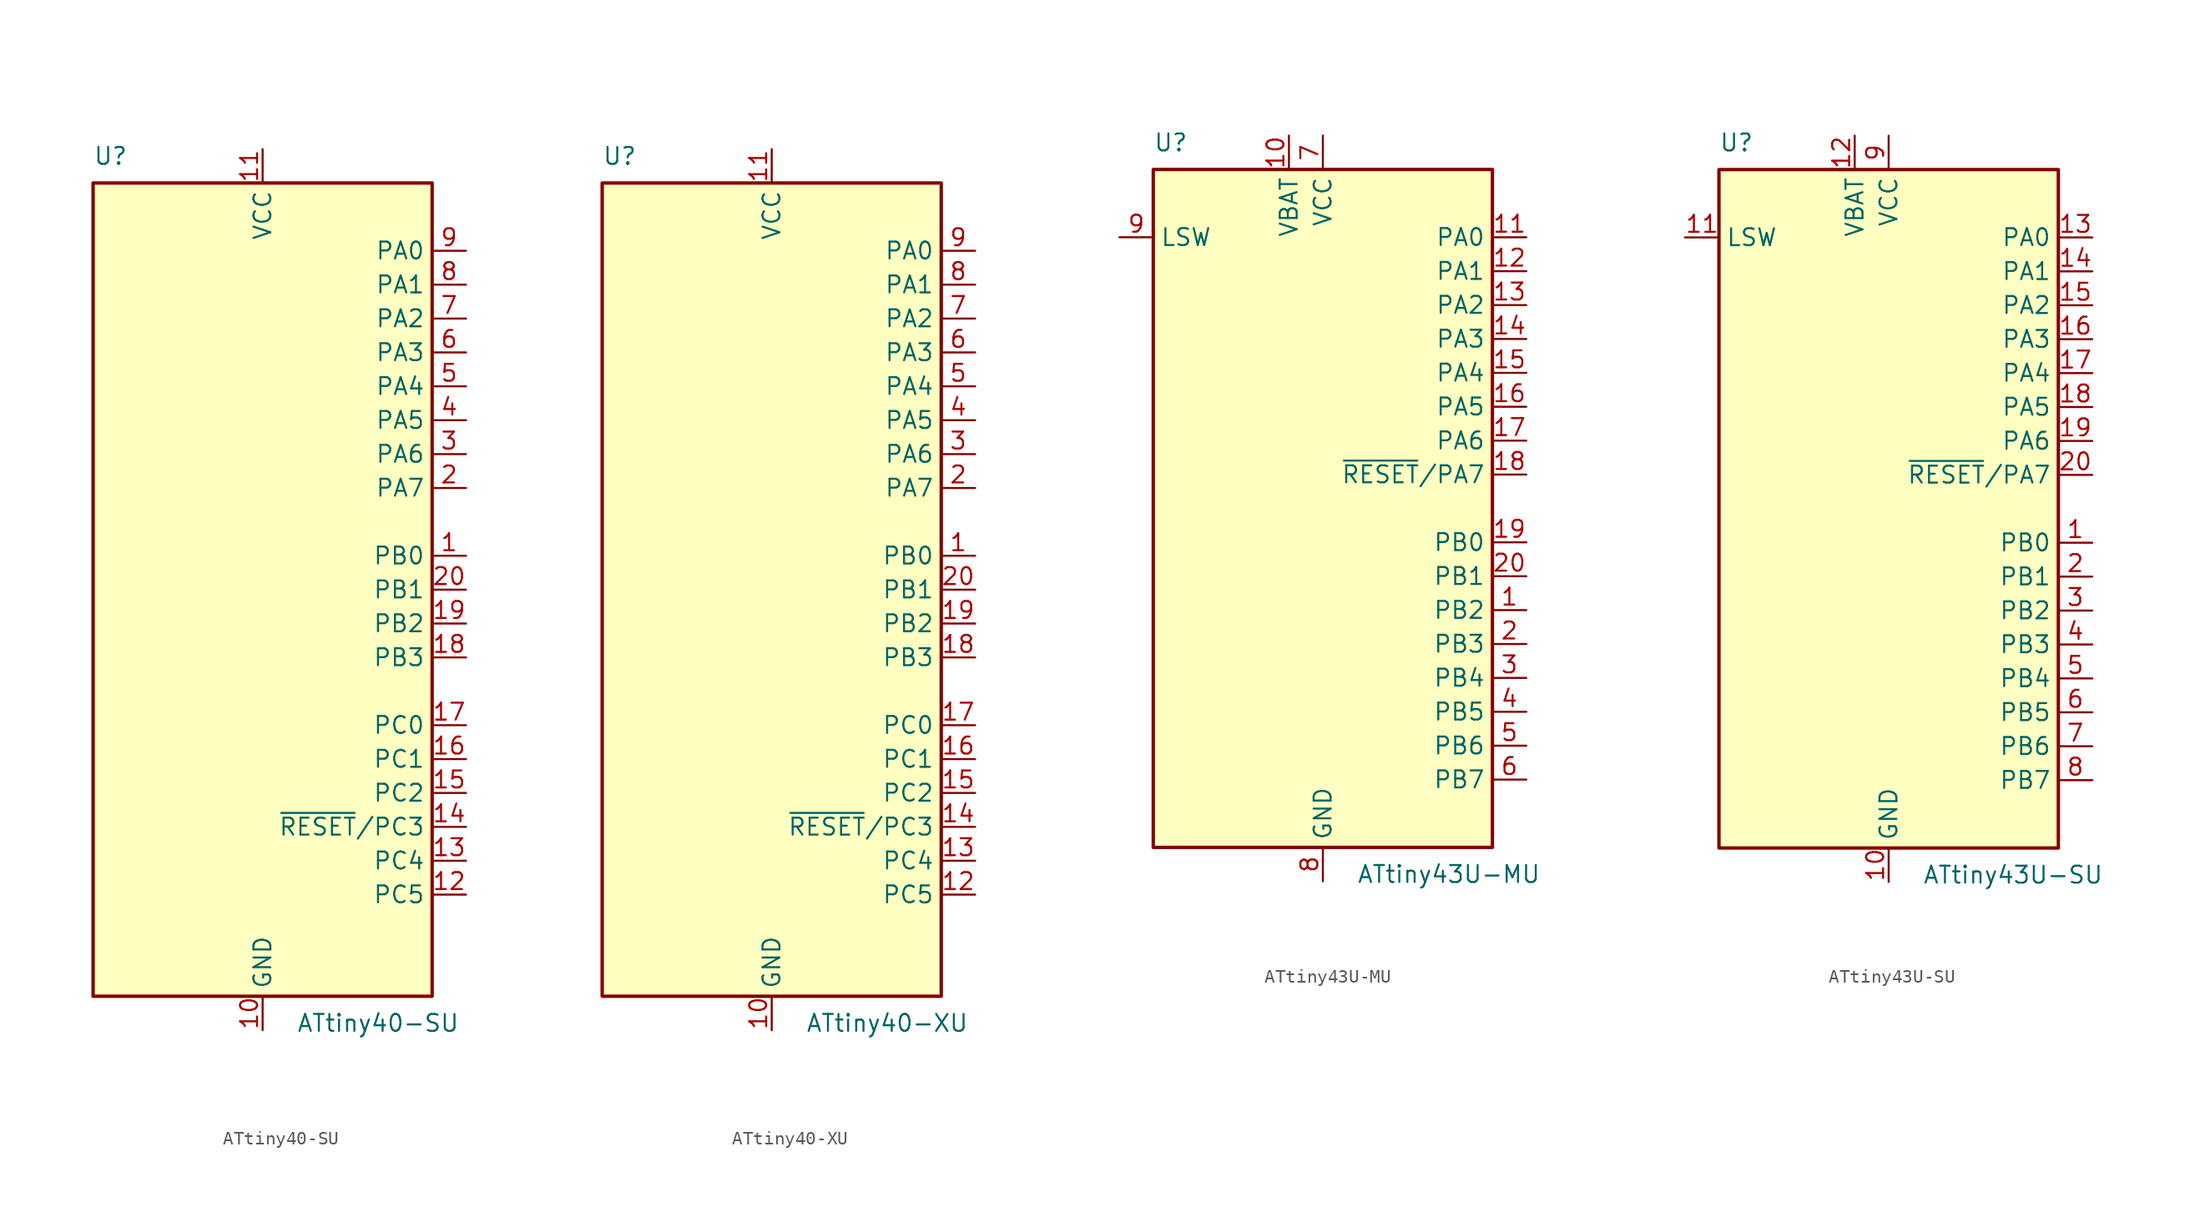
<source format=kicad_sym>
(kicad_symbol_lib
  (version 20211014)
  (generator kicad_symbol_editor)
  (symbol "ATtiny40-SU"
    (property "Reference" "U"
      (at -12.7 31.75 0)
      (effects (font (size 1.27 1.27)) (justify left bottom)))
    (property "Value" "ATtiny40-SU"
      (at 2.54 -31.75 0)
      (effects (font (size 1.27 1.27)) (justify left top)))
    (symbol "ATtiny40-SU_0_1"
      (rectangle (start -12.7 -30.48) (end 12.7 30.48) (stroke (width 0.254) (type default) (color 0 0 0 0)) (fill (type background))))
    (symbol "ATtiny40-SU_1_1"
      (pin bidirectional line (at 15.24 2.54 180) (length 2.54) (name "PB0" (effects (font (size 1.27 1.27)))) (number "1" (effects (font (size 1.27 1.27)))))
      (pin power_in line (at 0 -33.02 90) (length 2.54) (name "GND" (effects (font (size 1.27 1.27)))) (number "10" (effects (font (size 1.27 1.27)))))
      (pin power_in line (at 0 33.02 270) (length 2.54) (name "VCC" (effects (font (size 1.27 1.27)))) (number "11" (effects (font (size 1.27 1.27)))))
      (pin bidirectional line (at 15.24 -22.86 180) (length 2.54) (name "PC5" (effects (font (size 1.27 1.27)))) (number "12" (effects (font (size 1.27 1.27)))))
      (pin bidirectional line (at 15.24 -20.32 180) (length 2.54) (name "PC4" (effects (font (size 1.27 1.27)))) (number "13" (effects (font (size 1.27 1.27)))))
      (pin bidirectional line (at 15.24 -17.78 180) (length 2.54) (name "~{RESET}/PC3" (effects (font (size 1.27 1.27)))) (number "14" (effects (font (size 1.27 1.27)))))
      (pin bidirectional line (at 15.24 -15.24 180) (length 2.54) (name "PC2" (effects (font (size 1.27 1.27)))) (number "15" (effects (font (size 1.27 1.27)))))
      (pin bidirectional line (at 15.24 -12.7 180) (length 2.54) (name "PC1" (effects (font (size 1.27 1.27)))) (number "16" (effects (font (size 1.27 1.27)))))
      (pin bidirectional line (at 15.24 -10.16 180) (length 2.54) (name "PC0" (effects (font (size 1.27 1.27)))) (number "17" (effects (font (size 1.27 1.27)))))
      (pin bidirectional line (at 15.24 -5.08 180) (length 2.54) (name "PB3" (effects (font (size 1.27 1.27)))) (number "18" (effects (font (size 1.27 1.27)))))
      (pin bidirectional line (at 15.24 -2.54 180) (length 2.54) (name "PB2" (effects (font (size 1.27 1.27)))) (number "19" (effects (font (size 1.27 1.27)))))
      (pin bidirectional line (at 15.24 7.62 180) (length 2.54) (name "PA7" (effects (font (size 1.27 1.27)))) (number "2" (effects (font (size 1.27 1.27)))))
      (pin bidirectional line (at 15.24 0 180) (length 2.54) (name "PB1" (effects (font (size 1.27 1.27)))) (number "20" (effects (font (size 1.27 1.27)))))
      (pin bidirectional line (at 15.24 10.16 180) (length 2.54) (name "PA6" (effects (font (size 1.27 1.27)))) (number "3" (effects (font (size 1.27 1.27)))))
      (pin bidirectional line (at 15.24 12.7 180) (length 2.54) (name "PA5" (effects (font (size 1.27 1.27)))) (number "4" (effects (font (size 1.27 1.27)))))
      (pin bidirectional line (at 15.24 15.24 180) (length 2.54) (name "PA4" (effects (font (size 1.27 1.27)))) (number "5" (effects (font (size 1.27 1.27)))))
      (pin bidirectional line (at 15.24 17.78 180) (length 2.54) (name "PA3" (effects (font (size 1.27 1.27)))) (number "6" (effects (font (size 1.27 1.27)))))
      (pin bidirectional line (at 15.24 20.32 180) (length 2.54) (name "PA2" (effects (font (size 1.27 1.27)))) (number "7" (effects (font (size 1.27 1.27)))))
      (pin bidirectional line (at 15.24 22.86 180) (length 2.54) (name "PA1" (effects (font (size 1.27 1.27)))) (number "8" (effects (font (size 1.27 1.27)))))
      (pin bidirectional line (at 15.24 25.4 180) (length 2.54) (name "PA0" (effects (font (size 1.27 1.27)))) (number "9" (effects (font (size 1.27 1.27)))))))
  (symbol "ATtiny40-XU"
    (property "Reference" "U"
      (at -12.7 31.75 0)
      (effects (font (size 1.27 1.27)) (justify left bottom)))
    (property "Value" "ATtiny40-XU"
      (at 2.54 -31.75 0)
      (effects (font (size 1.27 1.27)) (justify left top)))
    (symbol "ATtiny40-XU_0_1"
      (rectangle (start -12.7 -30.48) (end 12.7 30.48) (stroke (width 0.254) (type default) (color 0 0 0 0)) (fill (type background))))
    (symbol "ATtiny40-XU_1_1"
      (pin bidirectional line (at 15.24 2.54 180) (length 2.54) (name "PB0" (effects (font (size 1.27 1.27)))) (number "1" (effects (font (size 1.27 1.27)))))
      (pin power_in line (at 0 -33.02 90) (length 2.54) (name "GND" (effects (font (size 1.27 1.27)))) (number "10" (effects (font (size 1.27 1.27)))))
      (pin power_in line (at 0 33.02 270) (length 2.54) (name "VCC" (effects (font (size 1.27 1.27)))) (number "11" (effects (font (size 1.27 1.27)))))
      (pin bidirectional line (at 15.24 -22.86 180) (length 2.54) (name "PC5" (effects (font (size 1.27 1.27)))) (number "12" (effects (font (size 1.27 1.27)))))
      (pin bidirectional line (at 15.24 -20.32 180) (length 2.54) (name "PC4" (effects (font (size 1.27 1.27)))) (number "13" (effects (font (size 1.27 1.27)))))
      (pin bidirectional line (at 15.24 -17.78 180) (length 2.54) (name "~{RESET}/PC3" (effects (font (size 1.27 1.27)))) (number "14" (effects (font (size 1.27 1.27)))))
      (pin bidirectional line (at 15.24 -15.24 180) (length 2.54) (name "PC2" (effects (font (size 1.27 1.27)))) (number "15" (effects (font (size 1.27 1.27)))))
      (pin bidirectional line (at 15.24 -12.7 180) (length 2.54) (name "PC1" (effects (font (size 1.27 1.27)))) (number "16" (effects (font (size 1.27 1.27)))))
      (pin bidirectional line (at 15.24 -10.16 180) (length 2.54) (name "PC0" (effects (font (size 1.27 1.27)))) (number "17" (effects (font (size 1.27 1.27)))))
      (pin bidirectional line (at 15.24 -5.08 180) (length 2.54) (name "PB3" (effects (font (size 1.27 1.27)))) (number "18" (effects (font (size 1.27 1.27)))))
      (pin bidirectional line (at 15.24 -2.54 180) (length 2.54) (name "PB2" (effects (font (size 1.27 1.27)))) (number "19" (effects (font (size 1.27 1.27)))))
      (pin bidirectional line (at 15.24 7.62 180) (length 2.54) (name "PA7" (effects (font (size 1.27 1.27)))) (number "2" (effects (font (size 1.27 1.27)))))
      (pin bidirectional line (at 15.24 0 180) (length 2.54) (name "PB1" (effects (font (size 1.27 1.27)))) (number "20" (effects (font (size 1.27 1.27)))))
      (pin bidirectional line (at 15.24 10.16 180) (length 2.54) (name "PA6" (effects (font (size 1.27 1.27)))) (number "3" (effects (font (size 1.27 1.27)))))
      (pin bidirectional line (at 15.24 12.7 180) (length 2.54) (name "PA5" (effects (font (size 1.27 1.27)))) (number "4" (effects (font (size 1.27 1.27)))))
      (pin bidirectional line (at 15.24 15.24 180) (length 2.54) (name "PA4" (effects (font (size 1.27 1.27)))) (number "5" (effects (font (size 1.27 1.27)))))
      (pin bidirectional line (at 15.24 17.78 180) (length 2.54) (name "PA3" (effects (font (size 1.27 1.27)))) (number "6" (effects (font (size 1.27 1.27)))))
      (pin bidirectional line (at 15.24 20.32 180) (length 2.54) (name "PA2" (effects (font (size 1.27 1.27)))) (number "7" (effects (font (size 1.27 1.27)))))
      (pin bidirectional line (at 15.24 22.86 180) (length 2.54) (name "PA1" (effects (font (size 1.27 1.27)))) (number "8" (effects (font (size 1.27 1.27)))))
      (pin bidirectional line (at 15.24 25.4 180) (length 2.54) (name "PA0" (effects (font (size 1.27 1.27)))) (number "9" (effects (font (size 1.27 1.27)))))))
  (symbol "ATtiny43U-MU"
    (property "Reference" "U"
      (at -12.7 26.67 0)
      (effects (font (size 1.27 1.27)) (justify left bottom)))
    (property "Value" "ATtiny43U-MU"
      (at 2.54 -26.67 0)
      (effects (font (size 1.27 1.27)) (justify left top)))
    (symbol "ATtiny43U-MU_0_1"
      (rectangle (start -12.7 -25.4) (end 12.7 25.4) (stroke (width 0.254) (type default) (color 0 0 0 0)) (fill (type background))))
    (symbol "ATtiny43U-MU_1_1"
      (pin bidirectional line (at 15.24 -7.62 180) (length 2.54) (name "PB2" (effects (font (size 1.27 1.27)))) (number "1" (effects (font (size 1.27 1.27)))))
      (pin power_in line (at -2.54 27.94 270) (length 2.54) (name "VBAT" (effects (font (size 1.27 1.27)))) (number "10" (effects (font (size 1.27 1.27)))))
      (pin bidirectional line (at 15.24 20.32 180) (length 2.54) (name "PA0" (effects (font (size 1.27 1.27)))) (number "11" (effects (font (size 1.27 1.27)))))
      (pin bidirectional line (at 15.24 17.78 180) (length 2.54) (name "PA1" (effects (font (size 1.27 1.27)))) (number "12" (effects (font (size 1.27 1.27)))))
      (pin bidirectional line (at 15.24 15.24 180) (length 2.54) (name "PA2" (effects (font (size 1.27 1.27)))) (number "13" (effects (font (size 1.27 1.27)))))
      (pin bidirectional line (at 15.24 12.7 180) (length 2.54) (name "PA3" (effects (font (size 1.27 1.27)))) (number "14" (effects (font (size 1.27 1.27)))))
      (pin bidirectional line (at 15.24 10.16 180) (length 2.54) (name "PA4" (effects (font (size 1.27 1.27)))) (number "15" (effects (font (size 1.27 1.27)))))
      (pin bidirectional line (at 15.24 7.62 180) (length 2.54) (name "PA5" (effects (font (size 1.27 1.27)))) (number "16" (effects (font (size 1.27 1.27)))))
      (pin bidirectional line (at 15.24 5.08 180) (length 2.54) (name "PA6" (effects (font (size 1.27 1.27)))) (number "17" (effects (font (size 1.27 1.27)))))
      (pin bidirectional line (at 15.24 2.54 180) (length 2.54) (name "~{RESET}/PA7" (effects (font (size 1.27 1.27)))) (number "18" (effects (font (size 1.27 1.27)))))
      (pin bidirectional line (at 15.24 -2.54 180) (length 2.54) (name "PB0" (effects (font (size 1.27 1.27)))) (number "19" (effects (font (size 1.27 1.27)))))
      (pin bidirectional line (at 15.24 -10.16 180) (length 2.54) (name "PB3" (effects (font (size 1.27 1.27)))) (number "2" (effects (font (size 1.27 1.27)))))
      (pin bidirectional line (at 15.24 -5.08 180) (length 2.54) (name "PB1" (effects (font (size 1.27 1.27)))) (number "20" (effects (font (size 1.27 1.27)))))
      (pin passive line (at 0 -27.94 90) (length 2.54) hide (name "GND" (effects (font (size 1.27 1.27)))) (number "21" (effects (font (size 1.27 1.27)))))
      (pin bidirectional line (at 15.24 -12.7 180) (length 2.54) (name "PB4" (effects (font (size 1.27 1.27)))) (number "3" (effects (font (size 1.27 1.27)))))
      (pin bidirectional line (at 15.24 -15.24 180) (length 2.54) (name "PB5" (effects (font (size 1.27 1.27)))) (number "4" (effects (font (size 1.27 1.27)))))
      (pin bidirectional line (at 15.24 -17.78 180) (length 2.54) (name "PB6" (effects (font (size 1.27 1.27)))) (number "5" (effects (font (size 1.27 1.27)))))
      (pin bidirectional line (at 15.24 -20.32 180) (length 2.54) (name "PB7" (effects (font (size 1.27 1.27)))) (number "6" (effects (font (size 1.27 1.27)))))
      (pin power_in line (at 0 27.94 270) (length 2.54) (name "VCC" (effects (font (size 1.27 1.27)))) (number "7" (effects (font (size 1.27 1.27)))))
      (pin power_in line (at 0 -27.94 90) (length 2.54) (name "GND" (effects (font (size 1.27 1.27)))) (number "8" (effects (font (size 1.27 1.27)))))
      (pin passive line (at -15.24 20.32 0) (length 2.54) (name "LSW" (effects (font (size 1.27 1.27)))) (number "9" (effects (font (size 1.27 1.27)))))))
  (symbol "ATtiny43U-SU"
    (property "Reference" "U"
      (at -12.7 26.67 0)
      (effects (font (size 1.27 1.27)) (justify left bottom)))
    (property "Value" "ATtiny43U-SU"
      (at 2.54 -26.67 0)
      (effects (font (size 1.27 1.27)) (justify left top)))
    (symbol "ATtiny43U-SU_0_1"
      (rectangle (start -12.7 -25.4) (end 12.7 25.4) (stroke (width 0.254) (type default) (color 0 0 0 0)) (fill (type background))))
    (symbol "ATtiny43U-SU_1_1"
      (pin bidirectional line (at 15.24 -2.54 180) (length 2.54) (name "PB0" (effects (font (size 1.27 1.27)))) (number "1" (effects (font (size 1.27 1.27)))))
      (pin power_in line (at 0 -27.94 90) (length 2.54) (name "GND" (effects (font (size 1.27 1.27)))) (number "10" (effects (font (size 1.27 1.27)))))
      (pin passive line (at -15.24 20.32 0) (length 2.54) (name "LSW" (effects (font (size 1.27 1.27)))) (number "11" (effects (font (size 1.27 1.27)))))
      (pin power_in line (at -2.54 27.94 270) (length 2.54) (name "VBAT" (effects (font (size 1.27 1.27)))) (number "12" (effects (font (size 1.27 1.27)))))
      (pin bidirectional line (at 15.24 20.32 180) (length 2.54) (name "PA0" (effects (font (size 1.27 1.27)))) (number "13" (effects (font (size 1.27 1.27)))))
      (pin bidirectional line (at 15.24 17.78 180) (length 2.54) (name "PA1" (effects (font (size 1.27 1.27)))) (number "14" (effects (font (size 1.27 1.27)))))
      (pin bidirectional line (at 15.24 15.24 180) (length 2.54) (name "PA2" (effects (font (size 1.27 1.27)))) (number "15" (effects (font (size 1.27 1.27)))))
      (pin bidirectional line (at 15.24 12.7 180) (length 2.54) (name "PA3" (effects (font (size 1.27 1.27)))) (number "16" (effects (font (size 1.27 1.27)))))
      (pin bidirectional line (at 15.24 10.16 180) (length 2.54) (name "PA4" (effects (font (size 1.27 1.27)))) (number "17" (effects (font (size 1.27 1.27)))))
      (pin bidirectional line (at 15.24 7.62 180) (length 2.54) (name "PA5" (effects (font (size 1.27 1.27)))) (number "18" (effects (font (size 1.27 1.27)))))
      (pin bidirectional line (at 15.24 5.08 180) (length 2.54) (name "PA6" (effects (font (size 1.27 1.27)))) (number "19" (effects (font (size 1.27 1.27)))))
      (pin bidirectional line (at 15.24 -5.08 180) (length 2.54) (name "PB1" (effects (font (size 1.27 1.27)))) (number "2" (effects (font (size 1.27 1.27)))))
      (pin bidirectional line (at 15.24 2.54 180) (length 2.54) (name "~{RESET}/PA7" (effects (font (size 1.27 1.27)))) (number "20" (effects (font (size 1.27 1.27)))))
      (pin bidirectional line (at 15.24 -7.62 180) (length 2.54) (name "PB2" (effects (font (size 1.27 1.27)))) (number "3" (effects (font (size 1.27 1.27)))))
      (pin bidirectional line (at 15.24 -10.16 180) (length 2.54) (name "PB3" (effects (font (size 1.27 1.27)))) (number "4" (effects (font (size 1.27 1.27)))))
      (pin bidirectional line (at 15.24 -12.7 180) (length 2.54) (name "PB4" (effects (font (size 1.27 1.27)))) (number "5" (effects (font (size 1.27 1.27)))))
      (pin bidirectional line (at 15.24 -15.24 180) (length 2.54) (name "PB5" (effects (font (size 1.27 1.27)))) (number "6" (effects (font (size 1.27 1.27)))))
      (pin bidirectional line (at 15.24 -17.78 180) (length 2.54) (name "PB6" (effects (font (size 1.27 1.27)))) (number "7" (effects (font (size 1.27 1.27)))))
      (pin bidirectional line (at 15.24 -20.32 180) (length 2.54) (name "PB7" (effects (font (size 1.27 1.27)))) (number "8" (effects (font (size 1.27 1.27)))))
      (pin power_in line (at 0 27.94 270) (length 2.54) (name "VCC" (effects (font (size 1.27 1.27)))) (number "9" (effects (font (size 1.27 1.27))))))))
</source>
